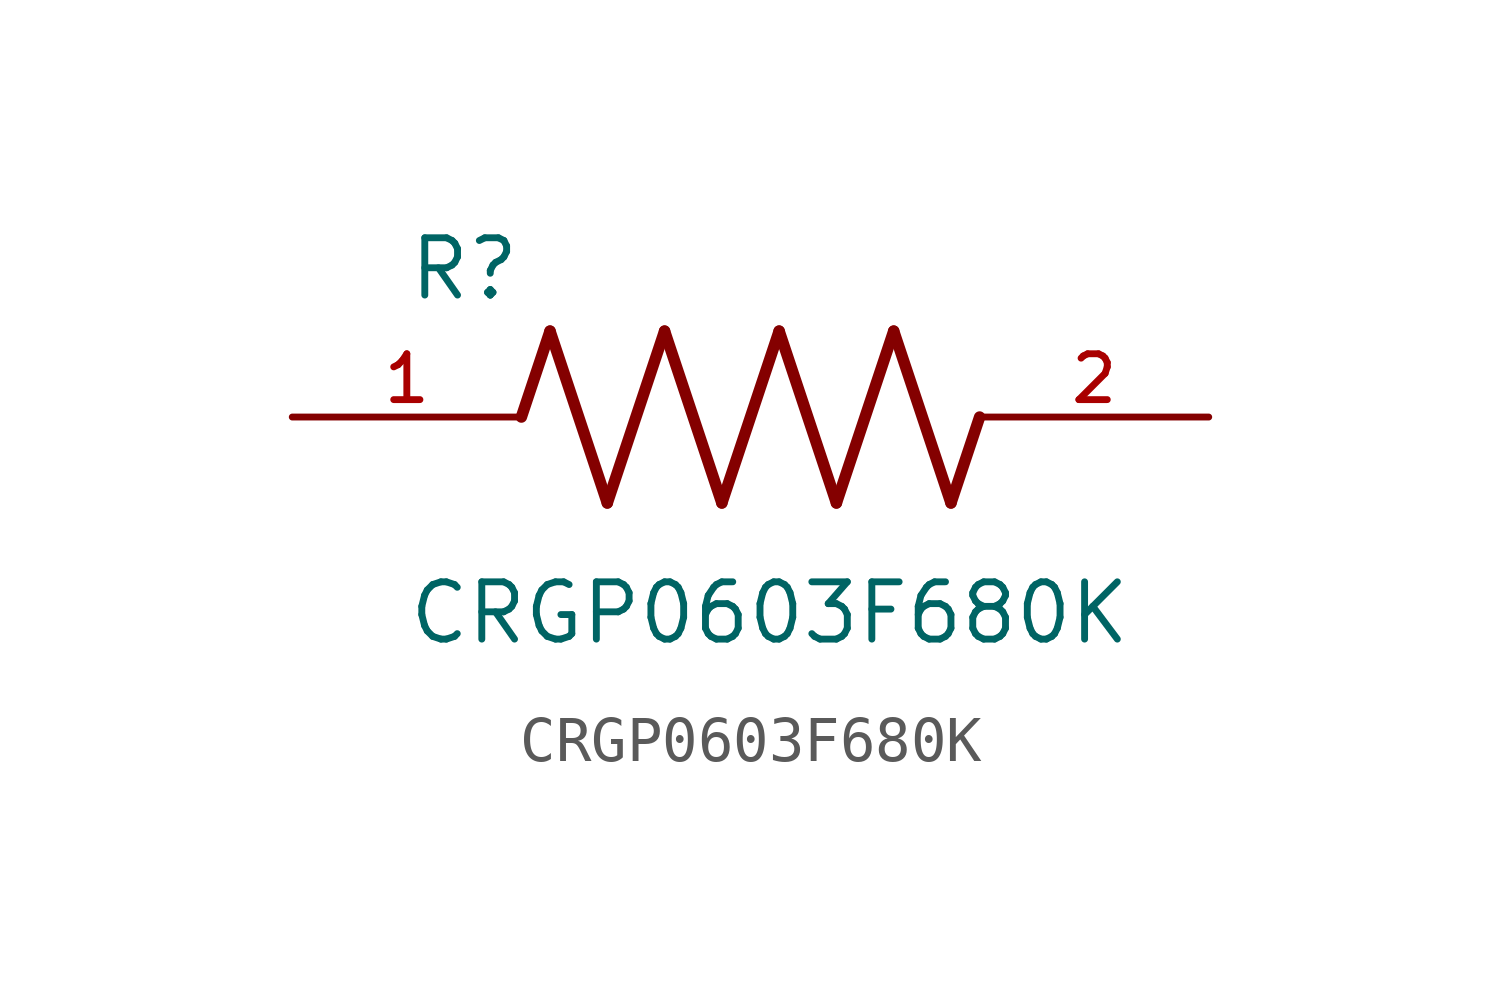
<source format=kicad_sym>
(kicad_symbol_lib
  (version 20211014)
  (generator kicad_symbol_editor)
  (symbol "CRGP0603F680K"
    (pin_names
      (offset 1.016))
    (property "Reference" "R"
      (at -7.624 2.541 0)
      (effects (font (size 1.27 1.27)) (justify bottom left)))
    (property "Value" "CRGP0603F680K"
      (at -7.63 -5.087 0)
      (effects (font (size 1.27 1.27)) (justify bottom left)))
    (symbol "CRGP0603F680K_0_0"
      (polyline (pts (xy -5.08 0.0) (xy -4.445 1.905)) (stroke (width 0.254)))
      (polyline (pts (xy -4.445 1.905) (xy -3.175 -1.905)) (stroke (width 0.254)))
      (polyline (pts (xy -3.175 -1.905) (xy -1.905 1.905)) (stroke (width 0.254)))
      (polyline (pts (xy -1.905 1.905) (xy -0.635 -1.905)) (stroke (width 0.254)))
      (polyline (pts (xy -0.635 -1.905) (xy 0.635 1.905)) (stroke (width 0.254)))
      (polyline (pts (xy 0.635 1.905) (xy 1.905 -1.905)) (stroke (width 0.254)))
      (polyline (pts (xy 1.905 -1.905) (xy 3.175 1.905)) (stroke (width 0.254)))
      (polyline (pts (xy 3.175 1.905) (xy 4.445 -1.905)) (stroke (width 0.254)))
      (polyline (pts (xy 4.445 -1.905) (xy 5.08 0.0)) (stroke (width 0.254)))
      (pin passive line (at -10.16 0.0 0) (length 5.08) (name "~" (effects (font (size 1.016 1.016)))) (number "1" (effects (font (size 1.016 1.016)))))
      (pin passive line (at 10.16 0.0 180.0) (length 5.08) (name "~" (effects (font (size 1.016 1.016)))) (number "2" (effects (font (size 1.016 1.016))))))))
</source>
